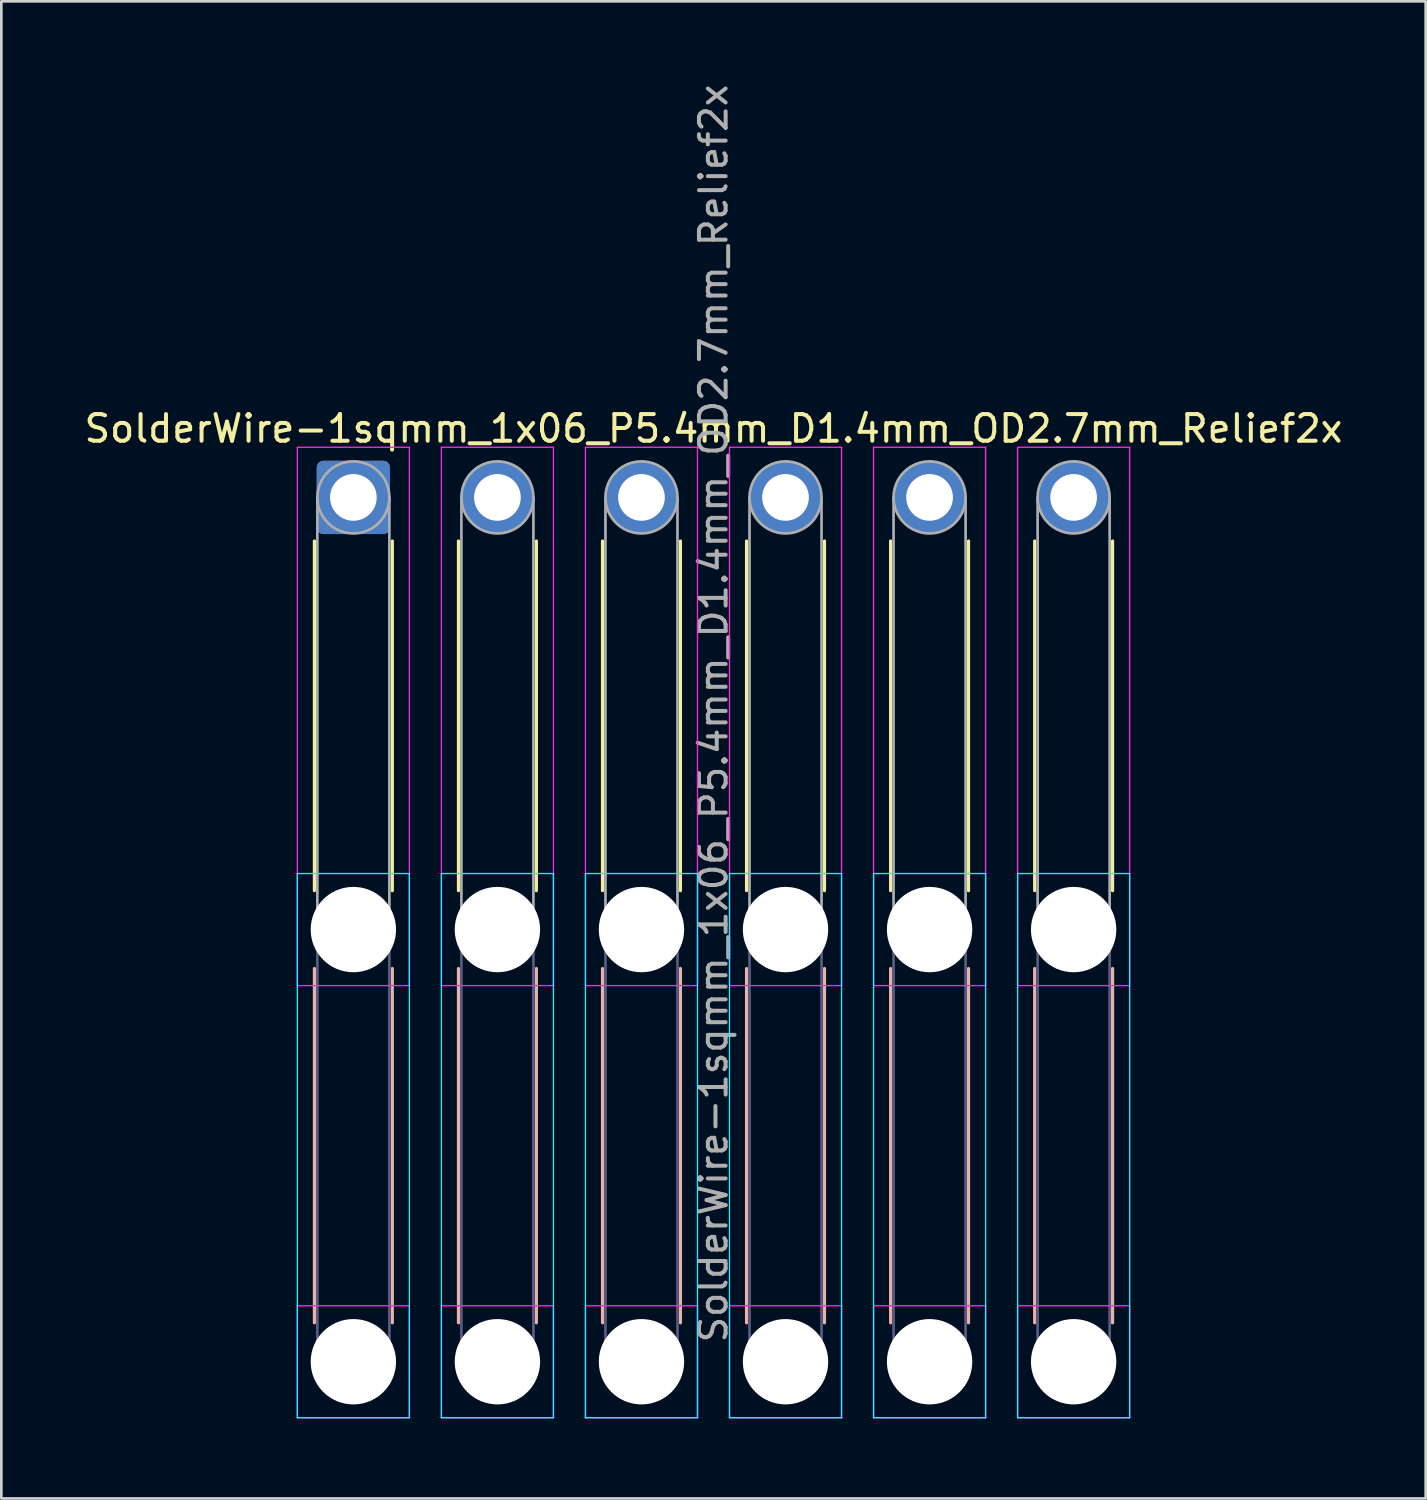
<source format=kicad_pcb>
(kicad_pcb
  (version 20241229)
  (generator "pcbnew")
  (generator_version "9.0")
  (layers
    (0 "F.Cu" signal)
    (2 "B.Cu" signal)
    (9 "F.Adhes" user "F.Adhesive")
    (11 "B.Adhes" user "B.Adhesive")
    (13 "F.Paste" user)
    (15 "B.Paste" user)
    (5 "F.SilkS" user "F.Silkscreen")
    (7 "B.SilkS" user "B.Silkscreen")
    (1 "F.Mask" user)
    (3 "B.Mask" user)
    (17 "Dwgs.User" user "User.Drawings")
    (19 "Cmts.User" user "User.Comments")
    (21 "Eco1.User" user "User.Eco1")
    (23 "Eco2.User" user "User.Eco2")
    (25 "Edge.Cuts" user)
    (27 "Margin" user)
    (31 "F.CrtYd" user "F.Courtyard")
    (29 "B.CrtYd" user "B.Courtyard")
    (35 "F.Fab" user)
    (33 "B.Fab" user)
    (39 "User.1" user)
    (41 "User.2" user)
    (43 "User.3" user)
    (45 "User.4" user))
  (footprint "SolderWire-1sqmm_1x06_P5.4mm_D1.4mm_OD2.7mm_Relief2x"
    (layer "F.Cu")
    (at 10.196 15.596)
    (property "Reference" "SolderWire-1sqmm_1x06_P5.4mm_D1.4mm_OD2.7mm_Relief2x" (at 13.5 -2.58 0) (layer "F.SilkS") (effects (font (size 1 1) (thickness 0.15))))
    (attr exclude_from_pos_files exclude_from_bom)
    (fp_line (start -1.46 1.635) (end -1.46 14.74) (stroke (width 0.12) (type solid)) (layer "F.SilkS"))
    (fp_line (start 1.46 1.635) (end 1.46 14.74) (stroke (width 0.12) (type solid)) (layer "F.SilkS"))
    (fp_line (start 3.94 1.635) (end 3.94 14.74) (stroke (width 0.12) (type solid)) (layer "F.SilkS"))
    (fp_line (start 6.86 1.635) (end 6.86 14.74) (stroke (width 0.12) (type solid)) (layer "F.SilkS"))
    (fp_line (start 9.34 1.635) (end 9.34 14.74) (stroke (width 0.12) (type solid)) (layer "F.SilkS"))
    (fp_line (start 12.26 1.635) (end 12.26 14.74) (stroke (width 0.12) (type solid)) (layer "F.SilkS"))
    (fp_line (start 14.74 1.635) (end 14.74 14.74) (stroke (width 0.12) (type solid)) (layer "F.SilkS"))
    (fp_line (start 17.66 1.635) (end 17.66 14.74) (stroke (width 0.12) (type solid)) (layer "F.SilkS"))
    (fp_line (start 20.14 1.635) (end 20.14 14.74) (stroke (width 0.12) (type solid)) (layer "F.SilkS"))
    (fp_line (start 23.06 1.635) (end 23.06 14.74) (stroke (width 0.12) (type solid)) (layer "F.SilkS"))
    (fp_line (start 25.54 1.635) (end 25.54 14.74) (stroke (width 0.12) (type solid)) (layer "F.SilkS"))
    (fp_line (start 28.46 1.635) (end 28.46 14.74) (stroke (width 0.12) (type solid)) (layer "F.SilkS"))
    (fp_line (start -1.46 17.66) (end -1.46 30.94) (stroke (width 0.12) (type solid)) (layer "B.SilkS"))
    (fp_line (start 1.46 17.66) (end 1.46 30.94) (stroke (width 0.12) (type solid)) (layer "B.SilkS"))
    (fp_line (start 3.94 17.66) (end 3.94 30.94) (stroke (width 0.12) (type solid)) (layer "B.SilkS"))
    (fp_line (start 6.86 17.66) (end 6.86 30.94) (stroke (width 0.12) (type solid)) (layer "B.SilkS"))
    (fp_line (start 9.34 17.66) (end 9.34 30.94) (stroke (width 0.12) (type solid)) (layer "B.SilkS"))
    (fp_line (start 12.26 17.66) (end 12.26 30.94) (stroke (width 0.12) (type solid)) (layer "B.SilkS"))
    (fp_line (start 14.74 17.66) (end 14.74 30.94) (stroke (width 0.12) (type solid)) (layer "B.SilkS"))
    (fp_line (start 17.66 17.66) (end 17.66 30.94) (stroke (width 0.12) (type solid)) (layer "B.SilkS"))
    (fp_line (start 20.14 17.66) (end 20.14 30.94) (stroke (width 0.12) (type solid)) (layer "B.SilkS"))
    (fp_line (start 23.06 17.66) (end 23.06 30.94) (stroke (width 0.12) (type solid)) (layer "B.SilkS"))
    (fp_line (start 25.54 17.66) (end 25.54 30.94) (stroke (width 0.12) (type solid)) (layer "B.SilkS"))
    (fp_line (start 28.46 17.66) (end 28.46 30.94) (stroke (width 0.12) (type solid)) (layer "B.SilkS"))
    (fp_line (start -2.1 14.1) (end -2.1 34.5) (stroke (width 0.05) (type solid)) (layer "B.CrtYd"))
    (fp_line (start -2.1 34.5) (end 2.1 34.5) (stroke (width 0.05) (type solid)) (layer "B.CrtYd"))
    (fp_line (start 2.1 14.1) (end -2.1 14.1) (stroke (width 0.05) (type solid)) (layer "B.CrtYd"))
    (fp_line (start 2.1 34.5) (end 2.1 14.1) (stroke (width 0.05) (type solid)) (layer "B.CrtYd"))
    (fp_line (start 3.3 14.1) (end 3.3 34.5) (stroke (width 0.05) (type solid)) (layer "B.CrtYd"))
    (fp_line (start 3.3 34.5) (end 7.5 34.5) (stroke (width 0.05) (type solid)) (layer "B.CrtYd"))
    (fp_line (start 7.5 14.1) (end 3.3 14.1) (stroke (width 0.05) (type solid)) (layer "B.CrtYd"))
    (fp_line (start 7.5 34.5) (end 7.5 14.1) (stroke (width 0.05) (type solid)) (layer "B.CrtYd"))
    (fp_line (start 8.7 14.1) (end 8.7 34.5) (stroke (width 0.05) (type solid)) (layer "B.CrtYd"))
    (fp_line (start 8.7 34.5) (end 12.9 34.5) (stroke (width 0.05) (type solid)) (layer "B.CrtYd"))
    (fp_line (start 12.9 14.1) (end 8.7 14.1) (stroke (width 0.05) (type solid)) (layer "B.CrtYd"))
    (fp_line (start 12.9 34.5) (end 12.9 14.1) (stroke (width 0.05) (type solid)) (layer "B.CrtYd"))
    (fp_line (start 14.1 14.1) (end 14.1 34.5) (stroke (width 0.05) (type solid)) (layer "B.CrtYd"))
    (fp_line (start 14.1 34.5) (end 18.3 34.5) (stroke (width 0.05) (type solid)) (layer "B.CrtYd"))
    (fp_line (start 18.3 14.1) (end 14.1 14.1) (stroke (width 0.05) (type solid)) (layer "B.CrtYd"))
    (fp_line (start 18.3 34.5) (end 18.3 14.1) (stroke (width 0.05) (type solid)) (layer "B.CrtYd"))
    (fp_line (start 19.5 14.1) (end 19.5 34.5) (stroke (width 0.05) (type solid)) (layer "B.CrtYd"))
    (fp_line (start 19.5 34.5) (end 23.7 34.5) (stroke (width 0.05) (type solid)) (layer "B.CrtYd"))
    (fp_line (start 23.7 14.1) (end 19.5 14.1) (stroke (width 0.05) (type solid)) (layer "B.CrtYd"))
    (fp_line (start 23.7 34.5) (end 23.7 14.1) (stroke (width 0.05) (type solid)) (layer "B.CrtYd"))
    (fp_line (start 24.9 14.1) (end 24.9 34.5) (stroke (width 0.05) (type solid)) (layer "B.CrtYd"))
    (fp_line (start 24.9 34.5) (end 29.1 34.5) (stroke (width 0.05) (type solid)) (layer "B.CrtYd"))
    (fp_line (start 29.1 14.1) (end 24.9 14.1) (stroke (width 0.05) (type solid)) (layer "B.CrtYd"))
    (fp_line (start 29.1 34.5) (end 29.1 14.1) (stroke (width 0.05) (type solid)) (layer "B.CrtYd"))
    (fp_line (start -2.1 -1.88) (end -2.1 18.3) (stroke (width 0.05) (type solid)) (layer "F.CrtYd"))
    (fp_line (start -2.1 18.3) (end 2.1 18.3) (stroke (width 0.05) (type solid)) (layer "F.CrtYd"))
    (fp_line (start -2.1 30.3) (end -2.1 34.5) (stroke (width 0.05) (type solid)) (layer "F.CrtYd"))
    (fp_line (start -2.1 34.5) (end 2.1 34.5) (stroke (width 0.05) (type solid)) (layer "F.CrtYd"))
    (fp_line (start 2.1 -1.88) (end -2.1 -1.88) (stroke (width 0.05) (type solid)) (layer "F.CrtYd"))
    (fp_line (start 2.1 18.3) (end 2.1 -1.88) (stroke (width 0.05) (type solid)) (layer "F.CrtYd"))
    (fp_line (start 2.1 30.3) (end -2.1 30.3) (stroke (width 0.05) (type solid)) (layer "F.CrtYd"))
    (fp_line (start 2.1 34.5) (end 2.1 30.3) (stroke (width 0.05) (type solid)) (layer "F.CrtYd"))
    (fp_line (start 3.3 -1.88) (end 3.3 18.3) (stroke (width 0.05) (type solid)) (layer "F.CrtYd"))
    (fp_line (start 3.3 18.3) (end 7.5 18.3) (stroke (width 0.05) (type solid)) (layer "F.CrtYd"))
    (fp_line (start 3.3 30.3) (end 3.3 34.5) (stroke (width 0.05) (type solid)) (layer "F.CrtYd"))
    (fp_line (start 3.3 34.5) (end 7.5 34.5) (stroke (width 0.05) (type solid)) (layer "F.CrtYd"))
    (fp_line (start 7.5 -1.88) (end 3.3 -1.88) (stroke (width 0.05) (type solid)) (layer "F.CrtYd"))
    (fp_line (start 7.5 18.3) (end 7.5 -1.88) (stroke (width 0.05) (type solid)) (layer "F.CrtYd"))
    (fp_line (start 7.5 30.3) (end 3.3 30.3) (stroke (width 0.05) (type solid)) (layer "F.CrtYd"))
    (fp_line (start 7.5 34.5) (end 7.5 30.3) (stroke (width 0.05) (type solid)) (layer "F.CrtYd"))
    (fp_line (start 8.7 -1.88) (end 8.7 18.3) (stroke (width 0.05) (type solid)) (layer "F.CrtYd"))
    (fp_line (start 8.7 18.3) (end 12.9 18.3) (stroke (width 0.05) (type solid)) (layer "F.CrtYd"))
    (fp_line (start 8.7 30.3) (end 8.7 34.5) (stroke (width 0.05) (type solid)) (layer "F.CrtYd"))
    (fp_line (start 8.7 34.5) (end 12.9 34.5) (stroke (width 0.05) (type solid)) (layer "F.CrtYd"))
    (fp_line (start 12.9 -1.88) (end 8.7 -1.88) (stroke (width 0.05) (type solid)) (layer "F.CrtYd"))
    (fp_line (start 12.9 18.3) (end 12.9 -1.88) (stroke (width 0.05) (type solid)) (layer "F.CrtYd"))
    (fp_line (start 12.9 30.3) (end 8.7 30.3) (stroke (width 0.05) (type solid)) (layer "F.CrtYd"))
    (fp_line (start 12.9 34.5) (end 12.9 30.3) (stroke (width 0.05) (type solid)) (layer "F.CrtYd"))
    (fp_line (start 14.1 -1.88) (end 14.1 18.3) (stroke (width 0.05) (type solid)) (layer "F.CrtYd"))
    (fp_line (start 14.1 18.3) (end 18.3 18.3) (stroke (width 0.05) (type solid)) (layer "F.CrtYd"))
    (fp_line (start 14.1 30.3) (end 14.1 34.5) (stroke (width 0.05) (type solid)) (layer "F.CrtYd"))
    (fp_line (start 14.1 34.5) (end 18.3 34.5) (stroke (width 0.05) (type solid)) (layer "F.CrtYd"))
    (fp_line (start 18.3 -1.88) (end 14.1 -1.88) (stroke (width 0.05) (type solid)) (layer "F.CrtYd"))
    (fp_line (start 18.3 18.3) (end 18.3 -1.88) (stroke (width 0.05) (type solid)) (layer "F.CrtYd"))
    (fp_line (start 18.3 30.3) (end 14.1 30.3) (stroke (width 0.05) (type solid)) (layer "F.CrtYd"))
    (fp_line (start 18.3 34.5) (end 18.3 30.3) (stroke (width 0.05) (type solid)) (layer "F.CrtYd"))
    (fp_line (start 19.5 -1.88) (end 19.5 18.3) (stroke (width 0.05) (type solid)) (layer "F.CrtYd"))
    (fp_line (start 19.5 18.3) (end 23.7 18.3) (stroke (width 0.05) (type solid)) (layer "F.CrtYd"))
    (fp_line (start 19.5 30.3) (end 19.5 34.5) (stroke (width 0.05) (type solid)) (layer "F.CrtYd"))
    (fp_line (start 19.5 34.5) (end 23.7 34.5) (stroke (width 0.05) (type solid)) (layer "F.CrtYd"))
    (fp_line (start 23.7 -1.88) (end 19.5 -1.88) (stroke (width 0.05) (type solid)) (layer "F.CrtYd"))
    (fp_line (start 23.7 18.3) (end 23.7 -1.88) (stroke (width 0.05) (type solid)) (layer "F.CrtYd"))
    (fp_line (start 23.7 30.3) (end 19.5 30.3) (stroke (width 0.05) (type solid)) (layer "F.CrtYd"))
    (fp_line (start 23.7 34.5) (end 23.7 30.3) (stroke (width 0.05) (type solid)) (layer "F.CrtYd"))
    (fp_line (start 24.9 -1.88) (end 24.9 18.3) (stroke (width 0.05) (type solid)) (layer "F.CrtYd"))
    (fp_line (start 24.9 18.3) (end 29.1 18.3) (stroke (width 0.05) (type solid)) (layer "F.CrtYd"))
    (fp_line (start 24.9 30.3) (end 24.9 34.5) (stroke (width 0.05) (type solid)) (layer "F.CrtYd"))
    (fp_line (start 24.9 34.5) (end 29.1 34.5) (stroke (width 0.05) (type solid)) (layer "F.CrtYd"))
    (fp_line (start 29.1 -1.88) (end 24.9 -1.88) (stroke (width 0.05) (type solid)) (layer "F.CrtYd"))
    (fp_line (start 29.1 18.3) (end 29.1 -1.88) (stroke (width 0.05) (type solid)) (layer "F.CrtYd"))
    (fp_line (start 29.1 30.3) (end 24.9 30.3) (stroke (width 0.05) (type solid)) (layer "F.CrtYd"))
    (fp_line (start 29.1 34.5) (end 29.1 30.3) (stroke (width 0.05) (type solid)) (layer "F.CrtYd"))
    (fp_line (start -1.35 16.2) (end -1.35 32.4) (stroke (width 0.1) (type solid)) (layer "B.Fab"))
    (fp_line (start 1.35 16.2) (end 1.35 32.4) (stroke (width 0.1) (type solid)) (layer "B.Fab"))
    (fp_line (start 4.05 16.2) (end 4.05 32.4) (stroke (width 0.1) (type solid)) (layer "B.Fab"))
    (fp_line (start 6.75 16.2) (end 6.75 32.4) (stroke (width 0.1) (type solid)) (layer "B.Fab"))
    (fp_line (start 9.45 16.2) (end 9.45 32.4) (stroke (width 0.1) (type solid)) (layer "B.Fab"))
    (fp_line (start 12.15 16.2) (end 12.15 32.4) (stroke (width 0.1) (type solid)) (layer "B.Fab"))
    (fp_line (start 14.85 16.2) (end 14.85 32.4) (stroke (width 0.1) (type solid)) (layer "B.Fab"))
    (fp_line (start 17.55 16.2) (end 17.55 32.4) (stroke (width 0.1) (type solid)) (layer "B.Fab"))
    (fp_line (start 20.25 16.2) (end 20.25 32.4) (stroke (width 0.1) (type solid)) (layer "B.Fab"))
    (fp_line (start 22.95 16.2) (end 22.95 32.4) (stroke (width 0.1) (type solid)) (layer "B.Fab"))
    (fp_line (start 25.65 16.2) (end 25.65 32.4) (stroke (width 0.1) (type solid)) (layer "B.Fab"))
    (fp_line (start 28.35 16.2) (end 28.35 32.4) (stroke (width 0.1) (type solid)) (layer "B.Fab"))
    (fp_circle (center 0 16.2) (end 1.35 16.2) (stroke (width 0.1) (type solid)) (fill no) (layer "B.Fab"))
    (fp_circle (center 0 32.4) (end 1.35 32.4) (stroke (width 0.1) (type solid)) (fill no) (layer "B.Fab"))
    (fp_circle (center 5.4 16.2) (end 6.75 16.2) (stroke (width 0.1) (type solid)) (fill no) (layer "B.Fab"))
    (fp_circle (center 5.4 32.4) (end 6.75 32.4) (stroke (width 0.1) (type solid)) (fill no) (layer "B.Fab"))
    (fp_circle (center 10.8 16.2) (end 12.15 16.2) (stroke (width 0.1) (type solid)) (fill no) (layer "B.Fab"))
    (fp_circle (center 10.8 32.4) (end 12.15 32.4) (stroke (width 0.1) (type solid)) (fill no) (layer "B.Fab"))
    (fp_circle (center 16.2 16.2) (end 17.55 16.2) (stroke (width 0.1) (type solid)) (fill no) (layer "B.Fab"))
    (fp_circle (center 16.2 32.4) (end 17.55 32.4) (stroke (width 0.1) (type solid)) (fill no) (layer "B.Fab"))
    (fp_circle (center 21.6 16.2) (end 22.95 16.2) (stroke (width 0.1) (type solid)) (fill no) (layer "B.Fab"))
    (fp_circle (center 21.6 32.4) (end 22.95 32.4) (stroke (width 0.1) (type solid)) (fill no) (layer "B.Fab"))
    (fp_circle (center 27 16.2) (end 28.35 16.2) (stroke (width 0.1) (type solid)) (fill no) (layer "B.Fab"))
    (fp_circle (center 27 32.4) (end 28.35 32.4) (stroke (width 0.1) (type solid)) (fill no) (layer "B.Fab"))
    (fp_line (start -1.35 0) (end -1.35 16.2) (stroke (width 0.1) (type solid)) (layer "F.Fab"))
    (fp_line (start 1.35 0) (end 1.35 16.2) (stroke (width 0.1) (type solid)) (layer "F.Fab"))
    (fp_line (start 4.05 0) (end 4.05 16.2) (stroke (width 0.1) (type solid)) (layer "F.Fab"))
    (fp_line (start 6.75 0) (end 6.75 16.2) (stroke (width 0.1) (type solid)) (layer "F.Fab"))
    (fp_line (start 9.45 0) (end 9.45 16.2) (stroke (width 0.1) (type solid)) (layer "F.Fab"))
    (fp_line (start 12.15 0) (end 12.15 16.2) (stroke (width 0.1) (type solid)) (layer "F.Fab"))
    (fp_line (start 14.85 0) (end 14.85 16.2) (stroke (width 0.1) (type solid)) (layer "F.Fab"))
    (fp_line (start 17.55 0) (end 17.55 16.2) (stroke (width 0.1) (type solid)) (layer "F.Fab"))
    (fp_line (start 20.25 0) (end 20.25 16.2) (stroke (width 0.1) (type solid)) (layer "F.Fab"))
    (fp_line (start 22.95 0) (end 22.95 16.2) (stroke (width 0.1) (type solid)) (layer "F.Fab"))
    (fp_line (start 25.65 0) (end 25.65 16.2) (stroke (width 0.1) (type solid)) (layer "F.Fab"))
    (fp_line (start 28.35 0) (end 28.35 16.2) (stroke (width 0.1) (type solid)) (layer "F.Fab"))
    (fp_circle (center 0 0) (end 1.35 0) (stroke (width 0.1) (type solid)) (fill no) (layer "F.Fab"))
    (fp_circle (center 0 16.2) (end 1.35 16.2) (stroke (width 0.1) (type solid)) (fill no) (layer "F.Fab"))
    (fp_circle (center 0 32.4) (end 1.35 32.4) (stroke (width 0.1) (type solid)) (fill no) (layer "F.Fab"))
    (fp_circle (center 5.4 0) (end 6.75 0) (stroke (width 0.1) (type solid)) (fill no) (layer "F.Fab"))
    (fp_circle (center 5.4 16.2) (end 6.75 16.2) (stroke (width 0.1) (type solid)) (fill no) (layer "F.Fab"))
    (fp_circle (center 5.4 32.4) (end 6.75 32.4) (stroke (width 0.1) (type solid)) (fill no) (layer "F.Fab"))
    (fp_circle (center 10.8 0) (end 12.15 0) (stroke (width 0.1) (type solid)) (fill no) (layer "F.Fab"))
    (fp_circle (center 10.8 16.2) (end 12.15 16.2) (stroke (width 0.1) (type solid)) (fill no) (layer "F.Fab"))
    (fp_circle (center 10.8 32.4) (end 12.15 32.4) (stroke (width 0.1) (type solid)) (fill no) (layer "F.Fab"))
    (fp_circle (center 16.2 0) (end 17.55 0) (stroke (width 0.1) (type solid)) (fill no) (layer "F.Fab"))
    (fp_circle (center 16.2 16.2) (end 17.55 16.2) (stroke (width 0.1) (type solid)) (fill no) (layer "F.Fab"))
    (fp_circle (center 16.2 32.4) (end 17.55 32.4) (stroke (width 0.1) (type solid)) (fill no) (layer "F.Fab"))
    (fp_circle (center 21.6 0) (end 22.95 0) (stroke (width 0.1) (type solid)) (fill no) (layer "F.Fab"))
    (fp_circle (center 21.6 16.2) (end 22.95 16.2) (stroke (width 0.1) (type solid)) (fill no) (layer "F.Fab"))
    (fp_circle (center 21.6 32.4) (end 22.95 32.4) (stroke (width 0.1) (type solid)) (fill no) (layer "F.Fab"))
    (fp_circle (center 27 0) (end 28.35 0) (stroke (width 0.1) (type solid)) (fill no) (layer "F.Fab"))
    (fp_circle (center 27 16.2) (end 28.35 16.2) (stroke (width 0.1) (type solid)) (fill no) (layer "F.Fab"))
    (fp_circle (center 27 32.4) (end 28.35 32.4) (stroke (width 0.1) (type solid)) (fill no) (layer "F.Fab"))
    (fp_text user "${REFERENCE}" (at 13.5 8.1 90) (layer "F.Fab") (effects (font (size 1 1) (thickness 0.15))))
    (pad "" np_thru_hole circle (at 0 16.2) (size 3.2 3.2) (drill 3.2) (layers "*.Cu" "*.Mask"))
    (pad "" np_thru_hole circle (at 0 32.4) (size 3.2 3.2) (drill 3.2) (layers "*.Cu" "*.Mask"))
    (pad "" np_thru_hole circle (at 5.4 16.2) (size 3.2 3.2) (drill 3.2) (layers "*.Cu" "*.Mask"))
    (pad "" np_thru_hole circle (at 5.4 32.4) (size 3.2 3.2) (drill 3.2) (layers "*.Cu" "*.Mask"))
    (pad "" np_thru_hole circle (at 10.8 16.2) (size 3.2 3.2) (drill 3.2) (layers "*.Cu" "*.Mask"))
    (pad "" np_thru_hole circle (at 10.8 32.4) (size 3.2 3.2) (drill 3.2) (layers "*.Cu" "*.Mask"))
    (pad "" np_thru_hole circle (at 16.2 16.2) (size 3.2 3.2) (drill 3.2) (layers "*.Cu" "*.Mask"))
    (pad "" np_thru_hole circle (at 16.2 32.4) (size 3.2 3.2) (drill 3.2) (layers "*.Cu" "*.Mask"))
    (pad "" np_thru_hole circle (at 21.6 16.2) (size 3.2 3.2) (drill 3.2) (layers "*.Cu" "*.Mask"))
    (pad "" np_thru_hole circle (at 21.6 32.4) (size 3.2 3.2) (drill 3.2) (layers "*.Cu" "*.Mask"))
    (pad "" np_thru_hole circle (at 27 16.2) (size 3.2 3.2) (drill 3.2) (layers "*.Cu" "*.Mask"))
    (pad "" np_thru_hole circle (at 27 32.4) (size 3.2 3.2) (drill 3.2) (layers "*.Cu" "*.Mask"))
    (pad "1" thru_hole roundrect (at 0 0) (size 2.75 2.75) (drill 1.75) (layers "*.Cu" "*.Mask") (roundrect_rratio 0.091))
    (pad "2" thru_hole circle (at 5.4 0) (size 2.75 2.75) (drill 1.75) (layers "*.Cu" "*.Mask"))
    (pad "3" thru_hole circle (at 10.8 0) (size 2.75 2.75) (drill 1.75) (layers "*.Cu" "*.Mask"))
    (pad "4" thru_hole circle (at 16.2 0) (size 2.75 2.75) (drill 1.75) (layers "*.Cu" "*.Mask"))
    (pad "5" thru_hole circle (at 21.6 0) (size 2.75 2.75) (drill 1.75) (layers "*.Cu" "*.Mask"))
    (pad "6" thru_hole circle (at 27 0) (size 2.75 2.75) (drill 1.75) (layers "*.Cu" "*.Mask")))
  (gr_rect
    (start -3 -3)
    (end 50.393 53.121)
    (stroke (width 0.1) (type default))
    (fill no)
    (layer "Edge.Cuts")))
</source>
